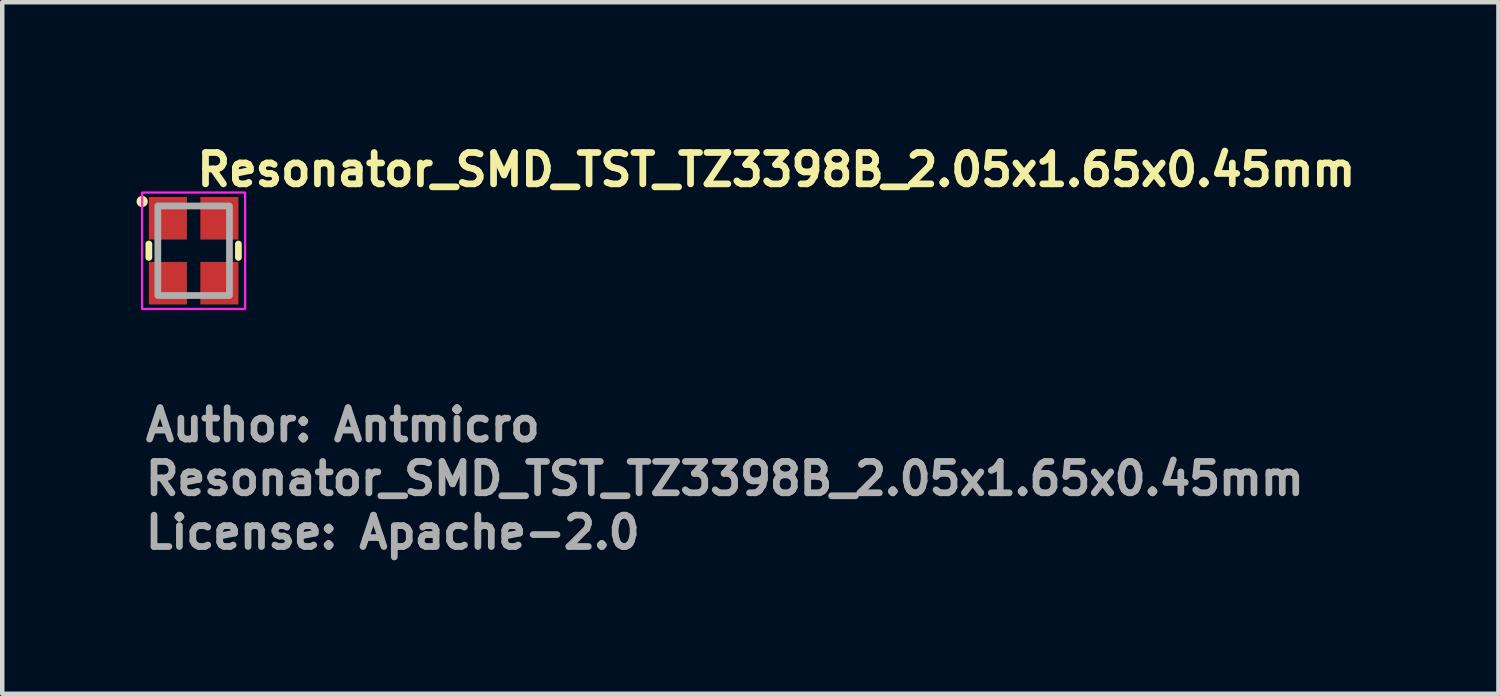
<source format=kicad_pcb>
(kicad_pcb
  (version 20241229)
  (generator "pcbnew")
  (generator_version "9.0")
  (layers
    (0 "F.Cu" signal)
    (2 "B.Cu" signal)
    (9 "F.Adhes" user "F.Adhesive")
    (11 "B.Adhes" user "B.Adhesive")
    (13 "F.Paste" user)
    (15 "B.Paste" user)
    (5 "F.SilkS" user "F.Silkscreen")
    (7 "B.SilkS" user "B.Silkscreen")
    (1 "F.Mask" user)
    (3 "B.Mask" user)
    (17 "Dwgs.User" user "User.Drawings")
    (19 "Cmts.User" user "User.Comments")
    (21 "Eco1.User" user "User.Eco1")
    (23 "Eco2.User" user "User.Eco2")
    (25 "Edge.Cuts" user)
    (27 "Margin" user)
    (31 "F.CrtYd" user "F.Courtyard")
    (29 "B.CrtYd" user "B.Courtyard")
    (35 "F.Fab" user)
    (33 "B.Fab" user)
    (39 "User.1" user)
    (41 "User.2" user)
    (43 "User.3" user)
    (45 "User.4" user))
  (footprint "Resonator_SMD_TST_TZ3398B_2.05x1.65x0.45mm"
    (layer "F.Cu")
    (at 1.275 2.55)
    (property "Reference" "Resonator_SMD_TST_TZ3398B_2.05x1.65x0.45mm" (at 0 -1.4 0) (unlocked yes) (layer "F.SilkS") (effects (font (size 0.7 0.7) (thickness 0.15)) (justify left bottom)))
    (attr smd)
    (fp_line (start -1 -0.15) (end -1 0.15) (stroke (width 0.15) (type default)) (layer "F.SilkS"))
    (fp_line (start 1 -0.15) (end 1 0.15) (stroke (width 0.15) (type default)) (layer "F.SilkS"))
    (fp_circle (center -1.15 -1.1) (end -1.1 -1.1) (stroke (width 0.15) (type solid)) (fill yes) (layer "F.SilkS"))
    (fp_rect (start -1.15 -1.3) (end 1.15 1.3) (stroke (width 0.05) (type solid)) (fill no) (layer "F.CrtYd"))
    (fp_rect (start -0.8 -1) (end 0.8 1) (stroke (width 0.15) (type solid)) (fill no) (layer "F.Fab"))
    (fp_rect (start -0.8 -1) (end 0.8 1) (stroke (width 0.1) (type solid)) (fill no) (layer "User.5"))
    (fp_line (start -0.8 -0.938) (end -0.8 -0.262) (stroke (width 0.02) (type solid)) (layer "User.9"))
    (fp_line (start -0.8 -0.262) (end -0.789 -0.261) (stroke (width 0.02) (type solid)) (layer "User.9"))
    (fp_line (start -0.8 -0.262) (end -0.789 -0.261) (stroke (width 0.02) (type solid)) (layer "User.9"))
    (fp_line (start -0.8 0.262) (end -0.8 0.938) (stroke (width 0.02) (type solid)) (layer "User.9"))
    (fp_line (start -0.8 0.938) (end -0.789 0.939) (stroke (width 0.02) (type solid)) (layer "User.9"))
    (fp_line (start -0.789 -0.939) (end -0.8 -0.938) (stroke (width 0.02) (type solid)) (layer "User.9"))
    (fp_line (start -0.789 -0.261) (end -0.777 -0.258) (stroke (width 0.02) (type solid)) (layer "User.9"))
    (fp_line (start -0.789 -0.261) (end -0.777 -0.258) (stroke (width 0.02) (type solid)) (layer "User.9"))
    (fp_line (start -0.789 0.261) (end -0.8 0.262) (stroke (width 0.02) (type solid)) (layer "User.9"))
    (fp_line (start -0.789 0.939) (end -0.777 0.942) (stroke (width 0.02) (type solid)) (layer "User.9"))
    (fp_line (start -0.777 -0.942) (end -0.789 -0.939) (stroke (width 0.02) (type solid)) (layer "User.9"))
    (fp_line (start -0.777 -0.258) (end -0.766 -0.252) (stroke (width 0.02) (type solid)) (layer "User.9"))
    (fp_line (start -0.777 -0.258) (end -0.766 -0.252) (stroke (width 0.02) (type solid)) (layer "User.9"))
    (fp_line (start -0.777 0.258) (end -0.789 0.261) (stroke (width 0.02) (type solid)) (layer "User.9"))
    (fp_line (start -0.777 0.942) (end -0.766 0.948) (stroke (width 0.02) (type solid)) (layer "User.9"))
    (fp_line (start -0.766 -0.948) (end -0.777 -0.942) (stroke (width 0.02) (type solid)) (layer "User.9"))
    (fp_line (start -0.766 -0.252) (end -0.756 -0.244) (stroke (width 0.02) (type solid)) (layer "User.9"))
    (fp_line (start -0.766 -0.252) (end -0.756 -0.244) (stroke (width 0.02) (type solid)) (layer "User.9"))
    (fp_line (start -0.766 0.252) (end -0.777 0.258) (stroke (width 0.02) (type solid)) (layer "User.9"))
    (fp_line (start -0.766 0.948) (end -0.756 0.956) (stroke (width 0.02) (type solid)) (layer "User.9"))
    (fp_line (start -0.756 -0.956) (end -0.766 -0.948) (stroke (width 0.02) (type solid)) (layer "User.9"))
    (fp_line (start -0.756 -0.244) (end -0.748 -0.234) (stroke (width 0.02) (type solid)) (layer "User.9"))
    (fp_line (start -0.756 -0.244) (end -0.748 -0.234) (stroke (width 0.02) (type solid)) (layer "User.9"))
    (fp_line (start -0.756 0.244) (end -0.766 0.252) (stroke (width 0.02) (type solid)) (layer "User.9"))
    (fp_line (start -0.756 0.956) (end -0.748 0.966) (stroke (width 0.02) (type solid)) (layer "User.9"))
    (fp_line (start -0.748 -0.966) (end -0.756 -0.956) (stroke (width 0.02) (type solid)) (layer "User.9"))
    (fp_line (start -0.748 -0.234) (end -0.742 -0.223) (stroke (width 0.02) (type solid)) (layer "User.9"))
    (fp_line (start -0.748 -0.234) (end -0.742 -0.223) (stroke (width 0.02) (type solid)) (layer "User.9"))
    (fp_line (start -0.748 0.234) (end -0.756 0.244) (stroke (width 0.02) (type solid)) (layer "User.9"))
    (fp_line (start -0.748 0.966) (end -0.742 0.977) (stroke (width 0.02) (type solid)) (layer "User.9"))
    (fp_line (start -0.742 -0.977) (end -0.748 -0.966) (stroke (width 0.02) (type solid)) (layer "User.9"))
    (fp_line (start -0.742 -0.223) (end -0.739 -0.211) (stroke (width 0.02) (type solid)) (layer "User.9"))
    (fp_line (start -0.742 -0.223) (end -0.739 -0.211) (stroke (width 0.02) (type solid)) (layer "User.9"))
    (fp_line (start -0.742 0.223) (end -0.748 0.234) (stroke (width 0.02) (type solid)) (layer "User.9"))
    (fp_line (start -0.742 0.977) (end -0.739 0.989) (stroke (width 0.02) (type solid)) (layer "User.9"))
    (fp_line (start -0.739 -0.989) (end -0.742 -0.977) (stroke (width 0.02) (type solid)) (layer "User.9"))
    (fp_line (start -0.739 -0.211) (end -0.738 -0.2) (stroke (width 0.02) (type solid)) (layer "User.9"))
    (fp_line (start -0.739 -0.211) (end -0.738 -0.2) (stroke (width 0.02) (type solid)) (layer "User.9"))
    (fp_line (start -0.739 0.211) (end -0.742 0.223) (stroke (width 0.02) (type solid)) (layer "User.9"))
    (fp_line (start -0.739 0.989) (end -0.738 1) (stroke (width 0.02) (type solid)) (layer "User.9"))
    (fp_line (start -0.738 -1) (end -0.739 -0.989) (stroke (width 0.02) (type solid)) (layer "User.9"))
    (fp_line (start -0.738 -0.2) (end -0.738 0.2) (stroke (width 0.02) (type solid)) (layer "User.9"))
    (fp_line (start -0.738 0.2) (end -0.739 0.211) (stroke (width 0.02) (type solid)) (layer "User.9"))
    (fp_line (start -0.738 1) (end 0.738 1) (stroke (width 0.02) (type solid)) (layer "User.9"))
    (fp_line (start -0.7 -0.825) (end -0.7 0.825) (stroke (width 0.02) (type solid)) (layer "User.9"))
    (fp_line (start -0.7 -0.825) (end -0.698 -0.843) (stroke (width 0.02) (type solid)) (layer "User.9"))
    (fp_line (start -0.7 -0.825) (end -0.698 -0.843) (stroke (width 0.02) (type solid)) (layer "User.9"))
    (fp_line (start -0.7 0.825) (end -0.698 0.843) (stroke (width 0.02) (type solid)) (layer "User.9"))
    (fp_line (start -0.7 0.825) (end -0.698 0.843) (stroke (width 0.02) (type solid)) (layer "User.9"))
    (fp_line (start -0.698 -0.843) (end -0.693 -0.862) (stroke (width 0.02) (type solid)) (layer "User.9"))
    (fp_line (start -0.698 -0.843) (end -0.693 -0.862) (stroke (width 0.02) (type solid)) (layer "User.9"))
    (fp_line (start -0.698 0.843) (end -0.693 0.862) (stroke (width 0.02) (type solid)) (layer "User.9"))
    (fp_line (start -0.698 0.843) (end -0.693 0.862) (stroke (width 0.02) (type solid)) (layer "User.9"))
    (fp_line (start -0.693 -0.862) (end -0.684 -0.88) (stroke (width 0.02) (type solid)) (layer "User.9"))
    (fp_line (start -0.693 -0.862) (end -0.684 -0.88) (stroke (width 0.02) (type solid)) (layer "User.9"))
    (fp_line (start -0.693 0.862) (end -0.684 0.88) (stroke (width 0.02) (type solid)) (layer "User.9"))
    (fp_line (start -0.693 0.862) (end -0.684 0.88) (stroke (width 0.02) (type solid)) (layer "User.9"))
    (fp_line (start -0.684 -0.88) (end -0.671 -0.896) (stroke (width 0.02) (type solid)) (layer "User.9"))
    (fp_line (start -0.684 -0.88) (end -0.671 -0.896) (stroke (width 0.02) (type solid)) (layer "User.9"))
    (fp_line (start -0.684 0.88) (end -0.671 0.896) (stroke (width 0.02) (type solid)) (layer "User.9"))
    (fp_line (start -0.684 0.88) (end -0.671 0.896) (stroke (width 0.02) (type solid)) (layer "User.9"))
    (fp_line (start -0.671 -0.896) (end -0.655 -0.909) (stroke (width 0.02) (type solid)) (layer "User.9"))
    (fp_line (start -0.671 -0.896) (end -0.655 -0.909) (stroke (width 0.02) (type solid)) (layer "User.9"))
    (fp_line (start -0.671 0.896) (end -0.655 0.909) (stroke (width 0.02) (type solid)) (layer "User.9"))
    (fp_line (start -0.671 0.896) (end -0.655 0.909) (stroke (width 0.02) (type solid)) (layer "User.9"))
    (fp_line (start -0.655 -0.909) (end -0.637 -0.918) (stroke (width 0.02) (type solid)) (layer "User.9"))
    (fp_line (start -0.655 -0.909) (end -0.637 -0.918) (stroke (width 0.02) (type solid)) (layer "User.9"))
    (fp_line (start -0.655 0.909) (end -0.637 0.918) (stroke (width 0.02) (type solid)) (layer "User.9"))
    (fp_line (start -0.655 0.909) (end -0.637 0.918) (stroke (width 0.02) (type solid)) (layer "User.9"))
    (fp_line (start -0.637 -0.918) (end -0.618 -0.923) (stroke (width 0.02) (type solid)) (layer "User.9"))
    (fp_line (start -0.637 -0.918) (end -0.618 -0.923) (stroke (width 0.02) (type solid)) (layer "User.9"))
    (fp_line (start -0.637 0.918) (end -0.618 0.923) (stroke (width 0.02) (type solid)) (layer "User.9"))
    (fp_line (start -0.637 0.918) (end -0.618 0.923) (stroke (width 0.02) (type solid)) (layer "User.9"))
    (fp_line (start -0.618 -0.923) (end -0.6 -0.925) (stroke (width 0.02) (type solid)) (layer "User.9"))
    (fp_line (start -0.618 -0.923) (end -0.6 -0.925) (stroke (width 0.02) (type solid)) (layer "User.9"))
    (fp_line (start -0.618 0.923) (end -0.6 0.925) (stroke (width 0.02) (type solid)) (layer "User.9"))
    (fp_line (start -0.618 0.923) (end -0.6 0.925) (stroke (width 0.02) (type solid)) (layer "User.9"))
    (fp_line (start -0.6 -0.925) (end 0.6 -0.925) (stroke (width 0.02) (type solid)) (layer "User.9"))
    (fp_line (start -0.6 0.925) (end 0.6 0.925) (stroke (width 0.02) (type solid)) (layer "User.9"))
    (fp_line (start -0.525 -0.65) (end -0.523 -0.627) (stroke (width 0.02) (type solid)) (layer "User.9"))
    (fp_line (start -0.525 -0.65) (end -0.523 -0.627) (stroke (width 0.02) (type solid)) (layer "User.9"))
    (fp_line (start -0.523 -0.673) (end -0.525 -0.65) (stroke (width 0.02) (type solid)) (layer "User.9"))
    (fp_line (start -0.523 -0.673) (end -0.525 -0.65) (stroke (width 0.02) (type solid)) (layer "User.9"))
    (fp_line (start -0.523 -0.627) (end -0.516 -0.604) (stroke (width 0.02) (type solid)) (layer "User.9"))
    (fp_line (start -0.523 -0.627) (end -0.516 -0.604) (stroke (width 0.02) (type solid)) (layer "User.9"))
    (fp_line (start -0.516 -0.696) (end -0.523 -0.673) (stroke (width 0.02) (type solid)) (layer "User.9"))
    (fp_line (start -0.516 -0.696) (end -0.523 -0.673) (stroke (width 0.02) (type solid)) (layer "User.9"))
    (fp_line (start -0.516 -0.604) (end -0.505 -0.582) (stroke (width 0.02) (type solid)) (layer "User.9"))
    (fp_line (start -0.516 -0.604) (end -0.505 -0.582) (stroke (width 0.02) (type solid)) (layer "User.9"))
    (fp_line (start -0.505 -0.718) (end -0.516 -0.696) (stroke (width 0.02) (type solid)) (layer "User.9"))
    (fp_line (start -0.505 -0.718) (end -0.516 -0.696) (stroke (width 0.02) (type solid)) (layer "User.9"))
    (fp_line (start -0.505 -0.582) (end -0.488 -0.562) (stroke (width 0.02) (type solid)) (layer "User.9"))
    (fp_line (start -0.505 -0.582) (end -0.488 -0.562) (stroke (width 0.02) (type solid)) (layer "User.9"))
    (fp_line (start -0.488 -0.738) (end -0.505 -0.718) (stroke (width 0.02) (type solid)) (layer "User.9"))
    (fp_line (start -0.488 -0.738) (end -0.505 -0.718) (stroke (width 0.02) (type solid)) (layer "User.9"))
    (fp_line (start -0.488 -0.562) (end -0.468 -0.545) (stroke (width 0.02) (type solid)) (layer "User.9"))
    (fp_line (start -0.488 -0.562) (end -0.468 -0.545) (stroke (width 0.02) (type solid)) (layer "User.9"))
    (fp_line (start -0.468 -0.755) (end -0.488 -0.738) (stroke (width 0.02) (type solid)) (layer "User.9"))
    (fp_line (start -0.468 -0.755) (end -0.488 -0.738) (stroke (width 0.02) (type solid)) (layer "User.9"))
    (fp_line (start -0.468 -0.545) (end -0.446 -0.534) (stroke (width 0.02) (type solid)) (layer "User.9"))
    (fp_line (start -0.468 -0.545) (end -0.446 -0.534) (stroke (width 0.02) (type solid)) (layer "User.9"))
    (fp_line (start -0.446 -0.766) (end -0.468 -0.755) (stroke (width 0.02) (type solid)) (layer "User.9"))
    (fp_line (start -0.446 -0.766) (end -0.468 -0.755) (stroke (width 0.02) (type solid)) (layer "User.9"))
    (fp_line (start -0.446 -0.534) (end -0.423 -0.527) (stroke (width 0.02) (type solid)) (layer "User.9"))
    (fp_line (start -0.446 -0.534) (end -0.423 -0.527) (stroke (width 0.02) (type solid)) (layer "User.9"))
    (fp_line (start -0.423 -0.773) (end -0.446 -0.766) (stroke (width 0.02) (type solid)) (layer "User.9"))
    (fp_line (start -0.423 -0.773) (end -0.446 -0.766) (stroke (width 0.02) (type solid)) (layer "User.9"))
    (fp_line (start -0.423 -0.527) (end -0.4 -0.525) (stroke (width 0.02) (type solid)) (layer "User.9"))
    (fp_line (start -0.423 -0.527) (end -0.4 -0.525) (stroke (width 0.02) (type solid)) (layer "User.9"))
    (fp_line (start -0.4 -0.775) (end -0.423 -0.773) (stroke (width 0.02) (type solid)) (layer "User.9"))
    (fp_line (start -0.4 -0.775) (end -0.423 -0.773) (stroke (width 0.02) (type solid)) (layer "User.9"))
    (fp_line (start -0.4 -0.525) (end -0.377 -0.527) (stroke (width 0.02) (type solid)) (layer "User.9"))
    (fp_line (start -0.4 -0.525) (end -0.377 -0.527) (stroke (width 0.02) (type solid)) (layer "User.9"))
    (fp_line (start -0.377 -0.773) (end -0.4 -0.775) (stroke (width 0.02) (type solid)) (layer "User.9"))
    (fp_line (start -0.377 -0.773) (end -0.4 -0.775) (stroke (width 0.02) (type solid)) (layer "User.9"))
    (fp_line (start -0.377 -0.527) (end -0.354 -0.534) (stroke (width 0.02) (type solid)) (layer "User.9"))
    (fp_line (start -0.377 -0.527) (end -0.354 -0.534) (stroke (width 0.02) (type solid)) (layer "User.9"))
    (fp_line (start -0.354 -0.766) (end -0.377 -0.773) (stroke (width 0.02) (type solid)) (layer "User.9"))
    (fp_line (start -0.354 -0.766) (end -0.377 -0.773) (stroke (width 0.02) (type solid)) (layer "User.9"))
    (fp_line (start -0.354 -0.534) (end -0.332 -0.545) (stroke (width 0.02) (type solid)) (layer "User.9"))
    (fp_line (start -0.354 -0.534) (end -0.332 -0.545) (stroke (width 0.02) (type solid)) (layer "User.9"))
    (fp_line (start -0.332 -0.755) (end -0.354 -0.766) (stroke (width 0.02) (type solid)) (layer "User.9"))
    (fp_line (start -0.332 -0.755) (end -0.354 -0.766) (stroke (width 0.02) (type solid)) (layer "User.9"))
    (fp_line (start -0.332 -0.545) (end -0.312 -0.562) (stroke (width 0.02) (type solid)) (layer "User.9"))
    (fp_line (start -0.332 -0.545) (end -0.312 -0.562) (stroke (width 0.02) (type solid)) (layer "User.9"))
    (fp_line (start -0.312 -0.738) (end -0.332 -0.755) (stroke (width 0.02) (type solid)) (layer "User.9"))
    (fp_line (start -0.312 -0.738) (end -0.332 -0.755) (stroke (width 0.02) (type solid)) (layer "User.9"))
    (fp_line (start -0.312 -0.562) (end -0.295 -0.582) (stroke (width 0.02) (type solid)) (layer "User.9"))
    (fp_line (start -0.312 -0.562) (end -0.295 -0.582) (stroke (width 0.02) (type solid)) (layer "User.9"))
    (fp_line (start -0.295 -0.718) (end -0.312 -0.738) (stroke (width 0.02) (type solid)) (layer "User.9"))
    (fp_line (start -0.295 -0.718) (end -0.312 -0.738) (stroke (width 0.02) (type solid)) (layer "User.9"))
    (fp_line (start -0.295 -0.582) (end -0.284 -0.604) (stroke (width 0.02) (type solid)) (layer "User.9"))
    (fp_line (start -0.295 -0.582) (end -0.284 -0.604) (stroke (width 0.02) (type solid)) (layer "User.9"))
    (fp_line (start -0.284 -0.696) (end -0.295 -0.718) (stroke (width 0.02) (type solid)) (layer "User.9"))
    (fp_line (start -0.284 -0.696) (end -0.295 -0.718) (stroke (width 0.02) (type solid)) (layer "User.9"))
    (fp_line (start -0.284 -0.604) (end -0.277 -0.627) (stroke (width 0.02) (type solid)) (layer "User.9"))
    (fp_line (start -0.284 -0.604) (end -0.277 -0.627) (stroke (width 0.02) (type solid)) (layer "User.9"))
    (fp_line (start -0.277 -0.673) (end -0.284 -0.696) (stroke (width 0.02) (type solid)) (layer "User.9"))
    (fp_line (start -0.277 -0.673) (end -0.284 -0.696) (stroke (width 0.02) (type solid)) (layer "User.9"))
    (fp_line (start -0.277 -0.627) (end -0.275 -0.65) (stroke (width 0.02) (type solid)) (layer "User.9"))
    (fp_line (start -0.277 -0.627) (end -0.275 -0.65) (stroke (width 0.02) (type solid)) (layer "User.9"))
    (fp_line (start -0.275 -0.65) (end -0.277 -0.673) (stroke (width 0.02) (type solid)) (layer "User.9"))
    (fp_line (start -0.275 -0.65) (end -0.277 -0.673) (stroke (width 0.02) (type solid)) (layer "User.9"))
    (fp_line (start 0.6 -0.925) (end 0.618 -0.923) (stroke (width 0.02) (type solid)) (layer "User.9"))
    (fp_line (start 0.6 -0.925) (end 0.618 -0.923) (stroke (width 0.02) (type solid)) (layer "User.9"))
    (fp_line (start 0.618 -0.923) (end 0.637 -0.918) (stroke (width 0.02) (type solid)) (layer "User.9"))
    (fp_line (start 0.618 -0.923) (end 0.637 -0.918) (stroke (width 0.02) (type solid)) (layer "User.9"))
    (fp_line (start 0.618 0.923) (end 0.6 0.925) (stroke (width 0.02) (type solid)) (layer "User.9"))
    (fp_line (start 0.618 0.923) (end 0.6 0.925) (stroke (width 0.02) (type solid)) (layer "User.9"))
    (fp_line (start 0.637 -0.918) (end 0.655 -0.909) (stroke (width 0.02) (type solid)) (layer "User.9"))
    (fp_line (start 0.637 -0.918) (end 0.655 -0.909) (stroke (width 0.02) (type solid)) (layer "User.9"))
    (fp_line (start 0.637 0.918) (end 0.618 0.923) (stroke (width 0.02) (type solid)) (layer "User.9"))
    (fp_line (start 0.637 0.918) (end 0.618 0.923) (stroke (width 0.02) (type solid)) (layer "User.9"))
    (fp_line (start 0.655 -0.909) (end 0.671 -0.896) (stroke (width 0.02) (type solid)) (layer "User.9"))
    (fp_line (start 0.655 -0.909) (end 0.671 -0.896) (stroke (width 0.02) (type solid)) (layer "User.9"))
    (fp_line (start 0.655 0.909) (end 0.637 0.918) (stroke (width 0.02) (type solid)) (layer "User.9"))
    (fp_line (start 0.655 0.909) (end 0.637 0.918) (stroke (width 0.02) (type solid)) (layer "User.9"))
    (fp_line (start 0.671 -0.896) (end 0.684 -0.88) (stroke (width 0.02) (type solid)) (layer "User.9"))
    (fp_line (start 0.671 -0.896) (end 0.684 -0.88) (stroke (width 0.02) (type solid)) (layer "User.9"))
    (fp_line (start 0.671 0.896) (end 0.655 0.909) (stroke (width 0.02) (type solid)) (layer "User.9"))
    (fp_line (start 0.671 0.896) (end 0.655 0.909) (stroke (width 0.02) (type solid)) (layer "User.9"))
    (fp_line (start 0.684 -0.88) (end 0.693 -0.862) (stroke (width 0.02) (type solid)) (layer "User.9"))
    (fp_line (start 0.684 -0.88) (end 0.693 -0.862) (stroke (width 0.02) (type solid)) (layer "User.9"))
    (fp_line (start 0.684 0.88) (end 0.671 0.896) (stroke (width 0.02) (type solid)) (layer "User.9"))
    (fp_line (start 0.684 0.88) (end 0.671 0.896) (stroke (width 0.02) (type solid)) (layer "User.9"))
    (fp_line (start 0.693 -0.862) (end 0.698 -0.843) (stroke (width 0.02) (type solid)) (layer "User.9"))
    (fp_line (start 0.693 -0.862) (end 0.698 -0.843) (stroke (width 0.02) (type solid)) (layer "User.9"))
    (fp_line (start 0.693 0.862) (end 0.684 0.88) (stroke (width 0.02) (type solid)) (layer "User.9"))
    (fp_line (start 0.693 0.862) (end 0.684 0.88) (stroke (width 0.02) (type solid)) (layer "User.9"))
    (fp_line (start 0.698 -0.843) (end 0.7 -0.825) (stroke (width 0.02) (type solid)) (layer "User.9"))
    (fp_line (start 0.698 -0.843) (end 0.7 -0.825) (stroke (width 0.02) (type solid)) (layer "User.9"))
    (fp_line (start 0.698 0.843) (end 0.693 0.862) (stroke (width 0.02) (type solid)) (layer "User.9"))
    (fp_line (start 0.698 0.843) (end 0.693 0.862) (stroke (width 0.02) (type solid)) (layer "User.9"))
    (fp_line (start 0.7 -0.825) (end 0.7 0.825) (stroke (width 0.02) (type solid)) (layer "User.9"))
    (fp_line (start 0.7 0.825) (end 0.698 0.843) (stroke (width 0.02) (type solid)) (layer "User.9"))
    (fp_line (start 0.7 0.825) (end 0.698 0.843) (stroke (width 0.02) (type solid)) (layer "User.9"))
    (fp_line (start 0.738 -1) (end -0.738 -1) (stroke (width 0.02) (type solid)) (layer "User.9"))
    (fp_line (start 0.738 -0.2) (end 0.739 -0.211) (stroke (width 0.02) (type solid)) (layer "User.9"))
    (fp_line (start 0.738 0.2) (end 0.738 -0.2) (stroke (width 0.02) (type solid)) (layer "User.9"))
    (fp_line (start 0.738 1) (end 0.739 0.989) (stroke (width 0.02) (type solid)) (layer "User.9"))
    (fp_line (start 0.739 -0.989) (end 0.738 -1) (stroke (width 0.02) (type solid)) (layer "User.9"))
    (fp_line (start 0.739 -0.211) (end 0.742 -0.223) (stroke (width 0.02) (type solid)) (layer "User.9"))
    (fp_line (start 0.739 0.211) (end 0.738 0.2) (stroke (width 0.02) (type solid)) (layer "User.9"))
    (fp_line (start 0.739 0.211) (end 0.738 0.2) (stroke (width 0.02) (type solid)) (layer "User.9"))
    (fp_line (start 0.739 0.989) (end 0.742 0.977) (stroke (width 0.02) (type solid)) (layer "User.9"))
    (fp_line (start 0.742 -0.977) (end 0.739 -0.989) (stroke (width 0.02) (type solid)) (layer "User.9"))
    (fp_line (start 0.742 -0.223) (end 0.748 -0.234) (stroke (width 0.02) (type solid)) (layer "User.9"))
    (fp_line (start 0.742 0.223) (end 0.739 0.211) (stroke (width 0.02) (type solid)) (layer "User.9"))
    (fp_line (start 0.742 0.223) (end 0.739 0.211) (stroke (width 0.02) (type solid)) (layer "User.9"))
    (fp_line (start 0.742 0.977) (end 0.748 0.966) (stroke (width 0.02) (type solid)) (layer "User.9"))
    (fp_line (start 0.748 -0.966) (end 0.742 -0.977) (stroke (width 0.02) (type solid)) (layer "User.9"))
    (fp_line (start 0.748 -0.234) (end 0.756 -0.244) (stroke (width 0.02) (type solid)) (layer "User.9"))
    (fp_line (start 0.748 0.234) (end 0.742 0.223) (stroke (width 0.02) (type solid)) (layer "User.9"))
    (fp_line (start 0.748 0.234) (end 0.742 0.223) (stroke (width 0.02) (type solid)) (layer "User.9"))
    (fp_line (start 0.748 0.966) (end 0.756 0.956) (stroke (width 0.02) (type solid)) (layer "User.9"))
    (fp_line (start 0.756 -0.956) (end 0.748 -0.966) (stroke (width 0.02) (type solid)) (layer "User.9"))
    (fp_line (start 0.756 -0.244) (end 0.766 -0.252) (stroke (width 0.02) (type solid)) (layer "User.9"))
    (fp_line (start 0.756 0.244) (end 0.748 0.234) (stroke (width 0.02) (type solid)) (layer "User.9"))
    (fp_line (start 0.756 0.244) (end 0.748 0.234) (stroke (width 0.02) (type solid)) (layer "User.9"))
    (fp_line (start 0.756 0.956) (end 0.766 0.948) (stroke (width 0.02) (type solid)) (layer "User.9"))
    (fp_line (start 0.766 -0.948) (end 0.756 -0.956) (stroke (width 0.02) (type solid)) (layer "User.9"))
    (fp_line (start 0.766 -0.252) (end 0.777 -0.258) (stroke (width 0.02) (type solid)) (layer "User.9"))
    (fp_line (start 0.766 0.252) (end 0.756 0.244) (stroke (width 0.02) (type solid)) (layer "User.9"))
    (fp_line (start 0.766 0.252) (end 0.756 0.244) (stroke (width 0.02) (type solid)) (layer "User.9"))
    (fp_line (start 0.766 0.948) (end 0.777 0.942) (stroke (width 0.02) (type solid)) (layer "User.9"))
    (fp_line (start 0.777 -0.942) (end 0.766 -0.948) (stroke (width 0.02) (type solid)) (layer "User.9"))
    (fp_line (start 0.777 -0.258) (end 0.789 -0.261) (stroke (width 0.02) (type solid)) (layer "User.9"))
    (fp_line (start 0.777 0.258) (end 0.766 0.252) (stroke (width 0.02) (type solid)) (layer "User.9"))
    (fp_line (start 0.777 0.258) (end 0.766 0.252) (stroke (width 0.02) (type solid)) (layer "User.9"))
    (fp_line (start 0.777 0.942) (end 0.789 0.939) (stroke (width 0.02) (type solid)) (layer "User.9"))
    (fp_line (start 0.789 -0.939) (end 0.777 -0.942) (stroke (width 0.02) (type solid)) (layer "User.9"))
    (fp_line (start 0.789 -0.261) (end 0.8 -0.262) (stroke (width 0.02) (type solid)) (layer "User.9"))
    (fp_line (start 0.789 0.261) (end 0.777 0.258) (stroke (width 0.02) (type solid)) (layer "User.9"))
    (fp_line (start 0.789 0.261) (end 0.777 0.258) (stroke (width 0.02) (type solid)) (layer "User.9"))
    (fp_line (start 0.789 0.939) (end 0.8 0.938) (stroke (width 0.02) (type solid)) (layer "User.9"))
    (fp_line (start 0.8 -0.938) (end 0.789 -0.939) (stroke (width 0.02) (type solid)) (layer "User.9"))
    (fp_line (start 0.8 -0.262) (end 0.8 -0.938) (stroke (width 0.02) (type solid)) (layer "User.9"))
    (fp_line (start 0.8 0.262) (end 0.789 0.261) (stroke (width 0.02) (type solid)) (layer "User.9"))
    (fp_line (start 0.8 0.262) (end 0.789 0.261) (stroke (width 0.02) (type solid)) (layer "User.9"))
    (fp_line (start 0.8 0.938) (end 0.8 0.262) (stroke (width 0.02) (type solid)) (layer "User.9"))
    (fp_text user "License: Apache-2.0" (at -1.15 6.7 0) (layer "F.Fab") (effects (font (size 0.7 0.7) (thickness 0.15)) (justify left bottom)))
    (fp_text user "Author: Antmicro" (at -1.15 4.3 0) (layer "F.Fab") (effects (font (size 0.7 0.7) (thickness 0.15)) (justify left bottom)))
    (fp_text user "${REFERENCE}" (at -1.15 5.5 0) (unlocked yes) (layer "F.Fab") (effects (font (size 0.7 0.7) (thickness 0.15)) (justify left bottom)))
    (pad "1" smd rect (at -0.575 -0.725 270) (size 0.95 0.85) (layers "F.Cu" "F.Mask" "F.Paste"))
    (pad "2" smd rect (at -0.575 0.725 270) (size 0.95 0.85) (layers "F.Cu" "F.Mask" "F.Paste"))
    (pad "3" smd rect (at 0.575 0.725 270) (size 0.95 0.85) (layers "F.Cu" "F.Mask" "F.Paste"))
    (pad "4" smd rect (at 0.575 -0.725 270) (size 0.95 0.85) (layers "F.Cu" "F.Mask" "F.Paste")))
  (gr_rect
    (start -3 -3)
    (end 30.418 12.445)
    (stroke (width 0.1) (type default))
    (fill no)
    (layer "Edge.Cuts")))
</source>
